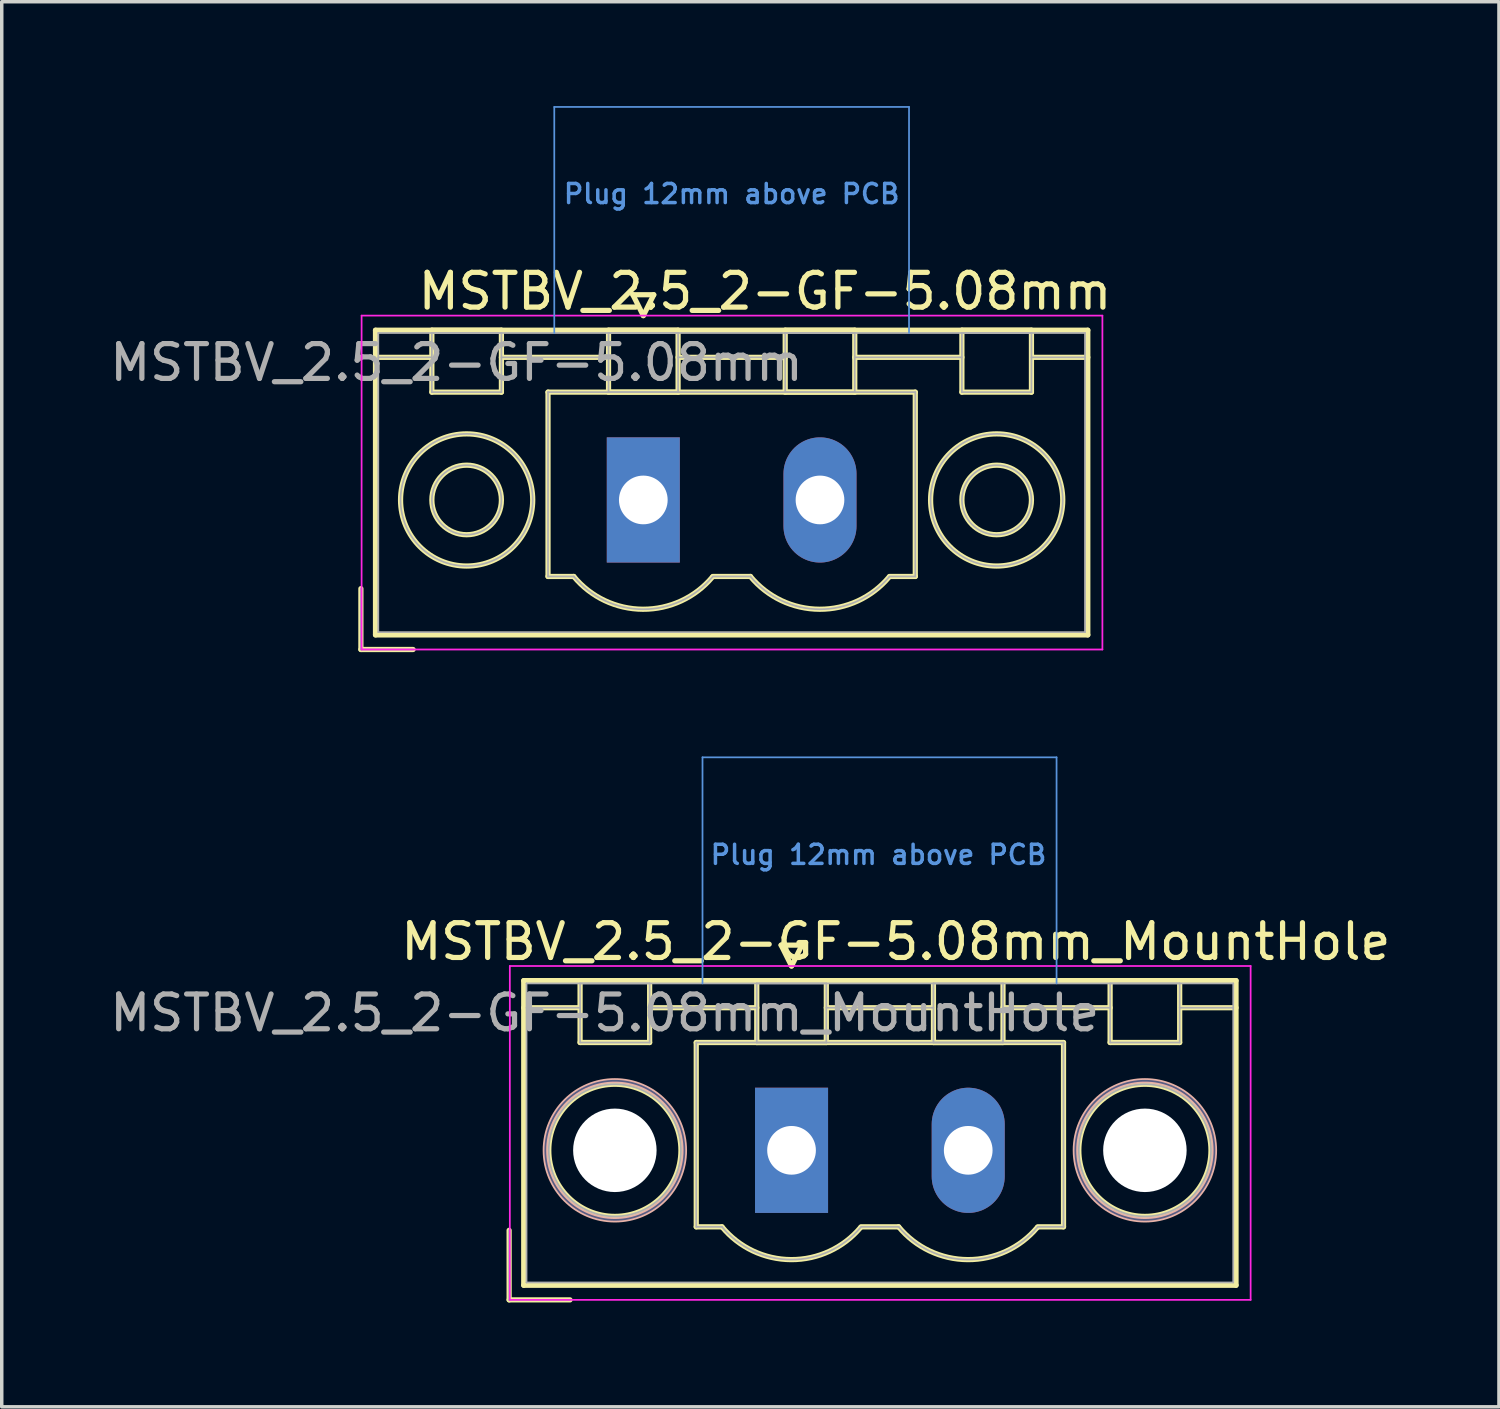
<source format=kicad_pcb>
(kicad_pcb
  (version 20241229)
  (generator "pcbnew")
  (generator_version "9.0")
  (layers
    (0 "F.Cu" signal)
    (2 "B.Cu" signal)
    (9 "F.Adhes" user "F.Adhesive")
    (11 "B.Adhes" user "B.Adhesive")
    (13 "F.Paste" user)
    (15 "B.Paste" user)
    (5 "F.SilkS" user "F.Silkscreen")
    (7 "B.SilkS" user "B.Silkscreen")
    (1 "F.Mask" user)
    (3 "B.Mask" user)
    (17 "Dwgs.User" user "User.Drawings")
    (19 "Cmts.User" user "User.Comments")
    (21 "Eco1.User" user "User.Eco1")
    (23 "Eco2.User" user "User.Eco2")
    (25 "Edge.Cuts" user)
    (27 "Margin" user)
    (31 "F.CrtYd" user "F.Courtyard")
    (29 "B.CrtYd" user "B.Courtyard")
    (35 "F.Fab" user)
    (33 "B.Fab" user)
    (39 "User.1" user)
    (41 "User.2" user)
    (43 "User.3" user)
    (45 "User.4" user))
  (footprint "MSTBV_2.5_2-GF-5.08mm_MountHole"
    (layer "F.Cu")
    (at 19.709 30.025)
    (property "Reference" "MSTBV_2.5_2-GF-5.08mm_MountHole" (at -5.37 -3.95 0) (layer "F.Fab") (effects (font (size 1 1) (thickness 0.15))))
    (attr through_hole)
    (fp_line (start -8.12 2.3) (end -8.12 4.3) (stroke (width 0.15) (type solid)) (layer "F.SilkS"))
    (fp_line (start -8.12 4.3) (end -6.37 4.3) (stroke (width 0.15) (type solid)) (layer "F.SilkS"))
    (fp_line (start -7.7 -4.88) (end -7.7 3.88) (stroke (width 0.15) (type solid)) (layer "F.SilkS"))
    (fp_line (start -7.7 -4.1) (end -6.16 -4.1) (stroke (width 0.15) (type solid)) (layer "F.SilkS"))
    (fp_line (start -7.7 3.88) (end 12.78 3.88) (stroke (width 0.15) (type solid)) (layer "F.SilkS"))
    (fp_line (start -6.08 -4.88) (end -4.08 -4.88) (stroke (width 0.15) (type solid)) (layer "F.SilkS"))
    (fp_line (start -6.08 -3.1) (end -6.08 -4.88) (stroke (width 0.15) (type solid)) (layer "F.SilkS"))
    (fp_line (start -4.08 -4.88) (end -4.08 -3.1) (stroke (width 0.15) (type solid)) (layer "F.SilkS"))
    (fp_line (start -4.08 -4.1) (end -1 -4.1) (stroke (width 0.15) (type solid)) (layer "F.SilkS"))
    (fp_line (start -4.08 -3.1) (end -6.08 -3.1) (stroke (width 0.15) (type solid)) (layer "F.SilkS"))
    (fp_line (start -2.74 -3.1) (end 7.82 -3.1) (stroke (width 0.15) (type solid)) (layer "F.SilkS"))
    (fp_line (start -2.74 2.2) (end -2.74 -3.1) (stroke (width 0.15) (type solid)) (layer "F.SilkS"))
    (fp_line (start -2 2.2) (end -2.74 2.2) (stroke (width 0.15) (type solid)) (layer "F.SilkS"))
    (fp_line (start -1 -4.88) (end 1 -4.88) (stroke (width 0.15) (type solid)) (layer "F.SilkS"))
    (fp_line (start -1 -3.1) (end -1 -4.88) (stroke (width 0.15) (type solid)) (layer "F.SilkS"))
    (fp_line (start -0.3 -5.9) (end 0 -5.3) (stroke (width 0.15) (type solid)) (layer "F.SilkS"))
    (fp_line (start 0 -5.3) (end 0.3 -5.9) (stroke (width 0.15) (type solid)) (layer "F.SilkS"))
    (fp_line (start 0.3 -5.9) (end -0.3 -5.9) (stroke (width 0.15) (type solid)) (layer "F.SilkS"))
    (fp_line (start 1 -4.88) (end 1 -3.1) (stroke (width 0.15) (type solid)) (layer "F.SilkS"))
    (fp_line (start 1 -4.1) (end 4.08 -4.1) (stroke (width 0.15) (type solid)) (layer "F.SilkS"))
    (fp_line (start 1 -3.1) (end -1 -3.1) (stroke (width 0.15) (type solid)) (layer "F.SilkS"))
    (fp_line (start 2 2.2) (end 3.08 2.2) (stroke (width 0.15) (type solid)) (layer "F.SilkS"))
    (fp_line (start 4.08 -4.88) (end 6.08 -4.88) (stroke (width 0.15) (type solid)) (layer "F.SilkS"))
    (fp_line (start 4.08 -3.1) (end 4.08 -4.88) (stroke (width 0.15) (type solid)) (layer "F.SilkS"))
    (fp_line (start 6.08 -4.88) (end 6.08 -3.1) (stroke (width 0.15) (type solid)) (layer "F.SilkS"))
    (fp_line (start 6.08 -4.1) (end 9.16 -4.1) (stroke (width 0.15) (type solid)) (layer "F.SilkS"))
    (fp_line (start 6.08 -3.1) (end 4.08 -3.1) (stroke (width 0.15) (type solid)) (layer "F.SilkS"))
    (fp_line (start 7.82 -3.1) (end 7.82 2.2) (stroke (width 0.15) (type solid)) (layer "F.SilkS"))
    (fp_line (start 7.82 2.2) (end 7.08 2.2) (stroke (width 0.15) (type solid)) (layer "F.SilkS"))
    (fp_line (start 9.16 -4.88) (end 11.16 -4.88) (stroke (width 0.15) (type solid)) (layer "F.SilkS"))
    (fp_line (start 9.16 -3.1) (end 9.16 -4.88) (stroke (width 0.15) (type solid)) (layer "F.SilkS"))
    (fp_line (start 11.16 -4.88) (end 11.16 -3.1) (stroke (width 0.15) (type solid)) (layer "F.SilkS"))
    (fp_line (start 11.16 -3.1) (end 9.16 -3.1) (stroke (width 0.15) (type solid)) (layer "F.SilkS"))
    (fp_line (start 12.78 -4.88) (end -7.7 -4.88) (stroke (width 0.15) (type solid)) (layer "F.SilkS"))
    (fp_line (start 12.78 -4.1) (end 11.24 -4.1) (stroke (width 0.15) (type solid)) (layer "F.SilkS"))
    (fp_line (start 12.78 3.88) (end 12.78 -4.88) (stroke (width 0.15) (type solid)) (layer "F.SilkS"))
    (fp_arc (start 1.986842 2.215821) (mid -0.010289 3.142758) (end -2 2.2) (stroke (width 0.15) (type solid)) (layer "F.SilkS"))
    (fp_arc (start 7.066842 2.215821) (mid 5.069711 3.142758) (end 3.08 2.2) (stroke (width 0.15) (type solid)) (layer "F.SilkS"))
    (fp_circle (center -5.08 0) (end -3.18 0) (stroke (width 0.15) (type solid)) (fill no) (layer "F.SilkS"))
    (fp_circle (center 10.16 0) (end 12.06 0) (stroke (width 0.15) (type solid)) (fill no) (layer "F.SilkS"))
    (fp_circle (center -5.08 0) (end -3.08 0) (stroke (width 0.15) (type solid)) (fill no) (layer "B.SilkS"))
    (fp_circle (center 10.16 0) (end 12.16 0) (stroke (width 0.15) (type solid)) (fill no) (layer "B.SilkS"))
    (fp_line (start -2.56 -4.8) (end -2.56 -11.3) (stroke (width 0.05) (type solid)) (layer "Cmts.User"))
    (fp_line (start 7.62 -11.3) (end -2.56 -11.3) (stroke (width 0.05) (type solid)) (layer "Cmts.User"))
    (fp_line (start 7.62 -11.3) (end 7.62 -4.8) (stroke (width 0.05) (type solid)) (layer "Cmts.User"))
    (fp_line (start -8.1 -5.3) (end -8.1 4.3) (stroke (width 0.05) (type solid)) (layer "F.CrtYd"))
    (fp_line (start -8.1 4.3) (end 13.2 4.3) (stroke (width 0.05) (type solid)) (layer "F.CrtYd"))
    (fp_line (start 13.2 -5.3) (end -8.1 -5.3) (stroke (width 0.05) (type solid)) (layer "F.CrtYd"))
    (fp_line (start 13.2 4.3) (end 13.2 -5.3) (stroke (width 0.05) (type solid)) (layer "F.CrtYd"))
    (fp_circle (center -5.08 0) (end -3.08 0) (stroke (width 0.05) (type solid)) (fill no) (layer "B.Fab"))
    (fp_circle (center 10.16 0) (end 12.16 0) (stroke (width 0.05) (type solid)) (fill no) (layer "B.Fab"))
    (fp_line (start -8.12 2.3) (end -8.12 4.3) (stroke (width 0.05) (type solid)) (layer "F.Fab"))
    (fp_line (start -8.12 4.3) (end -6.37 4.3) (stroke (width 0.05) (type solid)) (layer "F.Fab"))
    (fp_line (start -7.62 -4.8) (end -7.62 3.8) (stroke (width 0.05) (type solid)) (layer "F.Fab"))
    (fp_line (start -7.62 -4.1) (end -6.08 -4.1) (stroke (width 0.05) (type solid)) (layer "F.Fab"))
    (fp_line (start -7.62 3.8) (end 12.7 3.8) (stroke (width 0.05) (type solid)) (layer "F.Fab"))
    (fp_line (start -6.08 -4.8) (end -4.08 -4.8) (stroke (width 0.05) (type solid)) (layer "F.Fab"))
    (fp_line (start -6.08 -3.1) (end -6.08 -4.8) (stroke (width 0.05) (type solid)) (layer "F.Fab"))
    (fp_line (start -4.08 -4.8) (end -4.08 -3.1) (stroke (width 0.05) (type solid)) (layer "F.Fab"))
    (fp_line (start -4.08 -4.1) (end -1 -4.1) (stroke (width 0.05) (type solid)) (layer "F.Fab"))
    (fp_line (start -4.08 -3.1) (end -6.08 -3.1) (stroke (width 0.05) (type solid)) (layer "F.Fab"))
    (fp_line (start -2.74 -3.1) (end 7.82 -3.1) (stroke (width 0.05) (type solid)) (layer "F.Fab"))
    (fp_line (start -2.74 2.2) (end -2.74 -3.1) (stroke (width 0.05) (type solid)) (layer "F.Fab"))
    (fp_line (start -2 2.2) (end -2.74 2.2) (stroke (width 0.05) (type solid)) (layer "F.Fab"))
    (fp_line (start -1 -4.8) (end 1 -4.8) (stroke (width 0.05) (type solid)) (layer "F.Fab"))
    (fp_line (start -1 -3.1) (end -1 -4.8) (stroke (width 0.05) (type solid)) (layer "F.Fab"))
    (fp_line (start 1 -4.8) (end 1 -3.1) (stroke (width 0.05) (type solid)) (layer "F.Fab"))
    (fp_line (start 1 -4.1) (end 4.08 -4.1) (stroke (width 0.05) (type solid)) (layer "F.Fab"))
    (fp_line (start 1 -3.1) (end -1 -3.1) (stroke (width 0.05) (type solid)) (layer "F.Fab"))
    (fp_line (start 2 2.2) (end 3.08 2.2) (stroke (width 0.05) (type solid)) (layer "F.Fab"))
    (fp_line (start 4.08 -4.8) (end 6.08 -4.8) (stroke (width 0.05) (type solid)) (layer "F.Fab"))
    (fp_line (start 4.08 -3.1) (end 4.08 -4.8) (stroke (width 0.05) (type solid)) (layer "F.Fab"))
    (fp_line (start 6.08 -4.8) (end 6.08 -3.1) (stroke (width 0.05) (type solid)) (layer "F.Fab"))
    (fp_line (start 6.08 -4.1) (end 9.16 -4.1) (stroke (width 0.05) (type solid)) (layer "F.Fab"))
    (fp_line (start 6.08 -3.1) (end 4.08 -3.1) (stroke (width 0.05) (type solid)) (layer "F.Fab"))
    (fp_line (start 7.82 -3.1) (end 7.82 2.2) (stroke (width 0.05) (type solid)) (layer "F.Fab"))
    (fp_line (start 7.82 2.2) (end 7.08 2.2) (stroke (width 0.05) (type solid)) (layer "F.Fab"))
    (fp_line (start 9.16 -4.8) (end 11.16 -4.8) (stroke (width 0.05) (type solid)) (layer "F.Fab"))
    (fp_line (start 9.16 -3.1) (end 9.16 -4.8) (stroke (width 0.05) (type solid)) (layer "F.Fab"))
    (fp_line (start 11.16 -4.8) (end 11.16 -3.1) (stroke (width 0.05) (type solid)) (layer "F.Fab"))
    (fp_line (start 11.16 -3.1) (end 9.16 -3.1) (stroke (width 0.05) (type solid)) (layer "F.Fab"))
    (fp_line (start 12.7 -4.8) (end -7.62 -4.8) (stroke (width 0.05) (type solid)) (layer "F.Fab"))
    (fp_line (start 12.7 -4.1) (end 11.16 -4.1) (stroke (width 0.05) (type solid)) (layer "F.Fab"))
    (fp_line (start 12.7 3.8) (end 12.7 -4.8) (stroke (width 0.05) (type solid)) (layer "F.Fab"))
    (fp_arc (start 1.986842 2.215821) (mid -0.010289 3.142758) (end -2 2.2) (stroke (width 0.05) (type solid)) (layer "F.Fab"))
    (fp_arc (start 7.066842 2.215821) (mid 5.069711 3.142758) (end 3.08 2.2) (stroke (width 0.05) (type solid)) (layer "F.Fab"))
    (fp_circle (center -5.08 0) (end -3.18 0) (stroke (width 0.05) (type solid)) (fill no) (layer "F.Fab"))
    (fp_circle (center 10.16 0) (end 12.06 0) (stroke (width 0.05) (type solid)) (fill no) (layer "F.Fab"))
    (fp_text user "${REFERENCE}" (at 3 -6 0) (layer "F.SilkS") (effects (font (size 1 1) (thickness 0.15))))
    (fp_text user "Plug 12mm above PCB" (at 2.5 -8.5 0) (layer "Cmts.User") (effects (font (size 0.55 0.55) (thickness 0.1))))
    (pad "" np_thru_hole circle (at -5.08 0) (size 2.4 2.4) (drill 2.4) (layers "*.Cu" "*.Mask"))
    (pad "" np_thru_hole circle (at 10.16 0) (size 2.4 2.4) (drill 2.4) (layers "*.Cu" "*.Mask"))
    (pad "1" thru_hole rect (at 0 0) (size 2.1 3.6) (drill 1.4) (layers "*.Cu" "*.Mask"))
    (pad "2" thru_hole oval (at 5.08 0) (size 2.1 3.6) (drill 1.4) (layers "*.Cu" "*.Mask")))
  (footprint "MSTBV_2.5_2-GF-5.08mm"
    (layer "F.Cu")
    (at 15.447 11.325)
    (property "Reference" "MSTBV_2.5_2-GF-5.08mm" (at -5.37 -3.95 0) (layer "F.Fab") (effects (font (size 1 1) (thickness 0.15))))
    (attr through_hole)
    (fp_line (start -8.12 2.55) (end -8.12 4.3) (stroke (width 0.15) (type solid)) (layer "F.SilkS"))
    (fp_line (start -8.12 4.3) (end -6.62 4.3) (stroke (width 0.15) (type solid)) (layer "F.SilkS"))
    (fp_line (start -7.7 -4.88) (end -7.7 3.88) (stroke (width 0.15) (type solid)) (layer "F.SilkS"))
    (fp_line (start -7.7 -4.1) (end -6.16 -4.1) (stroke (width 0.15) (type solid)) (layer "F.SilkS"))
    (fp_line (start -7.7 3.88) (end 12.78 3.88) (stroke (width 0.15) (type solid)) (layer "F.SilkS"))
    (fp_line (start -6.08 -4.88) (end -4.08 -4.88) (stroke (width 0.15) (type solid)) (layer "F.SilkS"))
    (fp_line (start -6.08 -3.1) (end -6.08 -4.88) (stroke (width 0.15) (type solid)) (layer "F.SilkS"))
    (fp_line (start -4.08 -4.88) (end -4.08 -3.1) (stroke (width 0.15) (type solid)) (layer "F.SilkS"))
    (fp_line (start -4.08 -4.1) (end -1 -4.1) (stroke (width 0.15) (type solid)) (layer "F.SilkS"))
    (fp_line (start -4.08 -3.1) (end -6.08 -3.1) (stroke (width 0.15) (type solid)) (layer "F.SilkS"))
    (fp_line (start -2.74 -3.1) (end 7.82 -3.1) (stroke (width 0.15) (type solid)) (layer "F.SilkS"))
    (fp_line (start -2.74 2.2) (end -2.74 -3.1) (stroke (width 0.15) (type solid)) (layer "F.SilkS"))
    (fp_line (start -2 2.2) (end -2.74 2.2) (stroke (width 0.15) (type solid)) (layer "F.SilkS"))
    (fp_line (start -1 -4.88) (end 1 -4.88) (stroke (width 0.15) (type solid)) (layer "F.SilkS"))
    (fp_line (start -1 -3.1) (end -1 -4.88) (stroke (width 0.15) (type solid)) (layer "F.SilkS"))
    (fp_line (start -0.3 -5.9) (end 0 -5.3) (stroke (width 0.15) (type solid)) (layer "F.SilkS"))
    (fp_line (start 0 -5.3) (end 0.3 -5.9) (stroke (width 0.15) (type solid)) (layer "F.SilkS"))
    (fp_line (start 0.3 -5.9) (end -0.3 -5.9) (stroke (width 0.15) (type solid)) (layer "F.SilkS"))
    (fp_line (start 1 -4.88) (end 1 -3.1) (stroke (width 0.15) (type solid)) (layer "F.SilkS"))
    (fp_line (start 1 -4.1) (end 4.08 -4.1) (stroke (width 0.15) (type solid)) (layer "F.SilkS"))
    (fp_line (start 1 -3.1) (end -1 -3.1) (stroke (width 0.15) (type solid)) (layer "F.SilkS"))
    (fp_line (start 2 2.2) (end 3.08 2.2) (stroke (width 0.15) (type solid)) (layer "F.SilkS"))
    (fp_line (start 4.08 -4.88) (end 6.08 -4.88) (stroke (width 0.15) (type solid)) (layer "F.SilkS"))
    (fp_line (start 4.08 -3.1) (end 4.08 -4.88) (stroke (width 0.15) (type solid)) (layer "F.SilkS"))
    (fp_line (start 6.08 -4.88) (end 6.08 -3.1) (stroke (width 0.15) (type solid)) (layer "F.SilkS"))
    (fp_line (start 6.08 -4.1) (end 9.16 -4.1) (stroke (width 0.15) (type solid)) (layer "F.SilkS"))
    (fp_line (start 6.08 -3.1) (end 4.08 -3.1) (stroke (width 0.15) (type solid)) (layer "F.SilkS"))
    (fp_line (start 7.82 -3.1) (end 7.82 2.2) (stroke (width 0.15) (type solid)) (layer "F.SilkS"))
    (fp_line (start 7.82 2.2) (end 7.08 2.2) (stroke (width 0.15) (type solid)) (layer "F.SilkS"))
    (fp_line (start 9.16 -4.88) (end 11.16 -4.88) (stroke (width 0.15) (type solid)) (layer "F.SilkS"))
    (fp_line (start 9.16 -3.1) (end 9.16 -4.88) (stroke (width 0.15) (type solid)) (layer "F.SilkS"))
    (fp_line (start 11.16 -4.88) (end 11.16 -3.1) (stroke (width 0.15) (type solid)) (layer "F.SilkS"))
    (fp_line (start 11.16 -3.1) (end 9.16 -3.1) (stroke (width 0.15) (type solid)) (layer "F.SilkS"))
    (fp_line (start 12.78 -4.88) (end -7.7 -4.88) (stroke (width 0.15) (type solid)) (layer "F.SilkS"))
    (fp_line (start 12.78 -4.1) (end 11.24 -4.1) (stroke (width 0.15) (type solid)) (layer "F.SilkS"))
    (fp_line (start 12.78 3.88) (end 12.78 -4.88) (stroke (width 0.15) (type solid)) (layer "F.SilkS"))
    (fp_arc (start 1.986842 2.215821) (mid -0.010289 3.142758) (end -2 2.2) (stroke (width 0.15) (type solid)) (layer "F.SilkS"))
    (fp_arc (start 7.066842 2.215821) (mid 5.069711 3.142758) (end 3.08 2.2) (stroke (width 0.15) (type solid)) (layer "F.SilkS"))
    (fp_circle (center -5.08 0) (end -4.08 0) (stroke (width 0.15) (type solid)) (fill no) (layer "F.SilkS"))
    (fp_circle (center -5.08 0) (end -3.18 0) (stroke (width 0.15) (type solid)) (fill no) (layer "F.SilkS"))
    (fp_circle (center 10.16 0) (end 11.16 0) (stroke (width 0.15) (type solid)) (fill no) (layer "F.SilkS"))
    (fp_circle (center 10.16 0) (end 12.06 0) (stroke (width 0.15) (type solid)) (fill no) (layer "F.SilkS"))
    (fp_line (start -2.56 -11.3) (end 7.64 -11.3) (stroke (width 0.05) (type solid)) (layer "Cmts.User"))
    (fp_line (start -2.56 -4.8) (end -2.56 -11.3) (stroke (width 0.05) (type solid)) (layer "Cmts.User"))
    (fp_line (start 7.64 -11.3) (end 7.64 -4.8) (stroke (width 0.05) (type solid)) (layer "Cmts.User"))
    (fp_line (start -8.1 -5.3) (end -8.1 4.3) (stroke (width 0.05) (type solid)) (layer "F.CrtYd"))
    (fp_line (start -8.1 4.3) (end 13.2 4.3) (stroke (width 0.05) (type solid)) (layer "F.CrtYd"))
    (fp_line (start 13.2 -5.3) (end -8.1 -5.3) (stroke (width 0.05) (type solid)) (layer "F.CrtYd"))
    (fp_line (start 13.2 4.3) (end 13.2 -5.3) (stroke (width 0.05) (type solid)) (layer "F.CrtYd"))
    (fp_line (start -8.12 2.55) (end -8.12 4.3) (stroke (width 0.05) (type solid)) (layer "F.Fab"))
    (fp_line (start -8.12 4.3) (end -6.62 4.3) (stroke (width 0.05) (type solid)) (layer "F.Fab"))
    (fp_line (start -7.62 -4.8) (end -7.62 3.8) (stroke (width 0.05) (type solid)) (layer "F.Fab"))
    (fp_line (start -7.62 -4.1) (end -6.08 -4.1) (stroke (width 0.05) (type solid)) (layer "F.Fab"))
    (fp_line (start -7.62 3.8) (end 12.7 3.8) (stroke (width 0.05) (type solid)) (layer "F.Fab"))
    (fp_line (start -6.08 -4.8) (end -4.08 -4.8) (stroke (width 0.05) (type solid)) (layer "F.Fab"))
    (fp_line (start -6.08 -3.1) (end -6.08 -4.8) (stroke (width 0.05) (type solid)) (layer "F.Fab"))
    (fp_line (start -4.08 -4.8) (end -4.08 -3.1) (stroke (width 0.05) (type solid)) (layer "F.Fab"))
    (fp_line (start -4.08 -4.1) (end -1 -4.1) (stroke (width 0.05) (type solid)) (layer "F.Fab"))
    (fp_line (start -4.08 -3.1) (end -6.08 -3.1) (stroke (width 0.05) (type solid)) (layer "F.Fab"))
    (fp_line (start -2.74 -3.1) (end 7.82 -3.1) (stroke (width 0.05) (type solid)) (layer "F.Fab"))
    (fp_line (start -2.74 2.2) (end -2.74 -3.1) (stroke (width 0.05) (type solid)) (layer "F.Fab"))
    (fp_line (start -2 2.2) (end -2.74 2.2) (stroke (width 0.05) (type solid)) (layer "F.Fab"))
    (fp_line (start -1 -4.8) (end 1 -4.8) (stroke (width 0.05) (type solid)) (layer "F.Fab"))
    (fp_line (start -1 -3.1) (end -1 -4.8) (stroke (width 0.05) (type solid)) (layer "F.Fab"))
    (fp_line (start 1 -4.8) (end 1 -3.1) (stroke (width 0.05) (type solid)) (layer "F.Fab"))
    (fp_line (start 1 -4.1) (end 4.08 -4.1) (stroke (width 0.05) (type solid)) (layer "F.Fab"))
    (fp_line (start 1 -3.1) (end -1 -3.1) (stroke (width 0.05) (type solid)) (layer "F.Fab"))
    (fp_line (start 2 2.2) (end 3.08 2.2) (stroke (width 0.05) (type solid)) (layer "F.Fab"))
    (fp_line (start 4.08 -4.8) (end 6.08 -4.8) (stroke (width 0.05) (type solid)) (layer "F.Fab"))
    (fp_line (start 4.08 -3.1) (end 4.08 -4.8) (stroke (width 0.05) (type solid)) (layer "F.Fab"))
    (fp_line (start 6.08 -4.8) (end 6.08 -3.1) (stroke (width 0.05) (type solid)) (layer "F.Fab"))
    (fp_line (start 6.08 -4.1) (end 9.16 -4.1) (stroke (width 0.05) (type solid)) (layer "F.Fab"))
    (fp_line (start 6.08 -3.1) (end 4.08 -3.1) (stroke (width 0.05) (type solid)) (layer "F.Fab"))
    (fp_line (start 7.82 -3.1) (end 7.82 2.2) (stroke (width 0.05) (type solid)) (layer "F.Fab"))
    (fp_line (start 7.82 2.2) (end 7.08 2.2) (stroke (width 0.05) (type solid)) (layer "F.Fab"))
    (fp_line (start 9.16 -4.8) (end 11.16 -4.8) (stroke (width 0.05) (type solid)) (layer "F.Fab"))
    (fp_line (start 9.16 -3.1) (end 9.16 -4.8) (stroke (width 0.05) (type solid)) (layer "F.Fab"))
    (fp_line (start 11.16 -4.8) (end 11.16 -3.1) (stroke (width 0.05) (type solid)) (layer "F.Fab"))
    (fp_line (start 11.16 -3.1) (end 9.16 -3.1) (stroke (width 0.05) (type solid)) (layer "F.Fab"))
    (fp_line (start 12.7 -4.8) (end -7.62 -4.8) (stroke (width 0.05) (type solid)) (layer "F.Fab"))
    (fp_line (start 12.7 -4.1) (end 11.16 -4.1) (stroke (width 0.05) (type solid)) (layer "F.Fab"))
    (fp_line (start 12.7 3.8) (end 12.7 -4.8) (stroke (width 0.05) (type solid)) (layer "F.Fab"))
    (fp_arc (start 1.986842 2.215821) (mid -0.010289 3.142758) (end -2 2.2) (stroke (width 0.05) (type solid)) (layer "F.Fab"))
    (fp_arc (start 7.066842 2.215821) (mid 5.069711 3.142758) (end 3.08 2.2) (stroke (width 0.05) (type solid)) (layer "F.Fab"))
    (fp_circle (center -5.08 0) (end -4.08 0) (stroke (width 0.05) (type solid)) (fill no) (layer "F.Fab"))
    (fp_circle (center -5.08 0) (end -3.18 0) (stroke (width 0.05) (type solid)) (fill no) (layer "F.Fab"))
    (fp_circle (center 10.16 0) (end 11.16 0) (stroke (width 0.05) (type solid)) (fill no) (layer "F.Fab"))
    (fp_circle (center 10.16 0) (end 12.06 0) (stroke (width 0.05) (type solid)) (fill no) (layer "F.Fab"))
    (fp_text user "${REFERENCE}" (at 3.5 -6 0) (layer "F.SilkS") (effects (font (size 1 1) (thickness 0.15))))
    (fp_text user "Plug 12mm above PCB" (at 2.54 -8.8 0) (layer "Cmts.User") (effects (font (size 0.55 0.55) (thickness 0.1))))
    (pad "1" thru_hole rect (at 0 0) (size 2.1 3.6) (drill 1.4) (layers "*.Cu" "*.Mask"))
    (pad "2" thru_hole oval (at 5.08 0) (size 2.1 3.6) (drill 1.4) (layers "*.Cu" "*.Mask")))
  (gr_rect
    (start -3 -3)
    (end 40.049 37.4)
    (stroke (width 0.1) (type default))
    (fill no)
    (layer "Edge.Cuts")))
</source>
